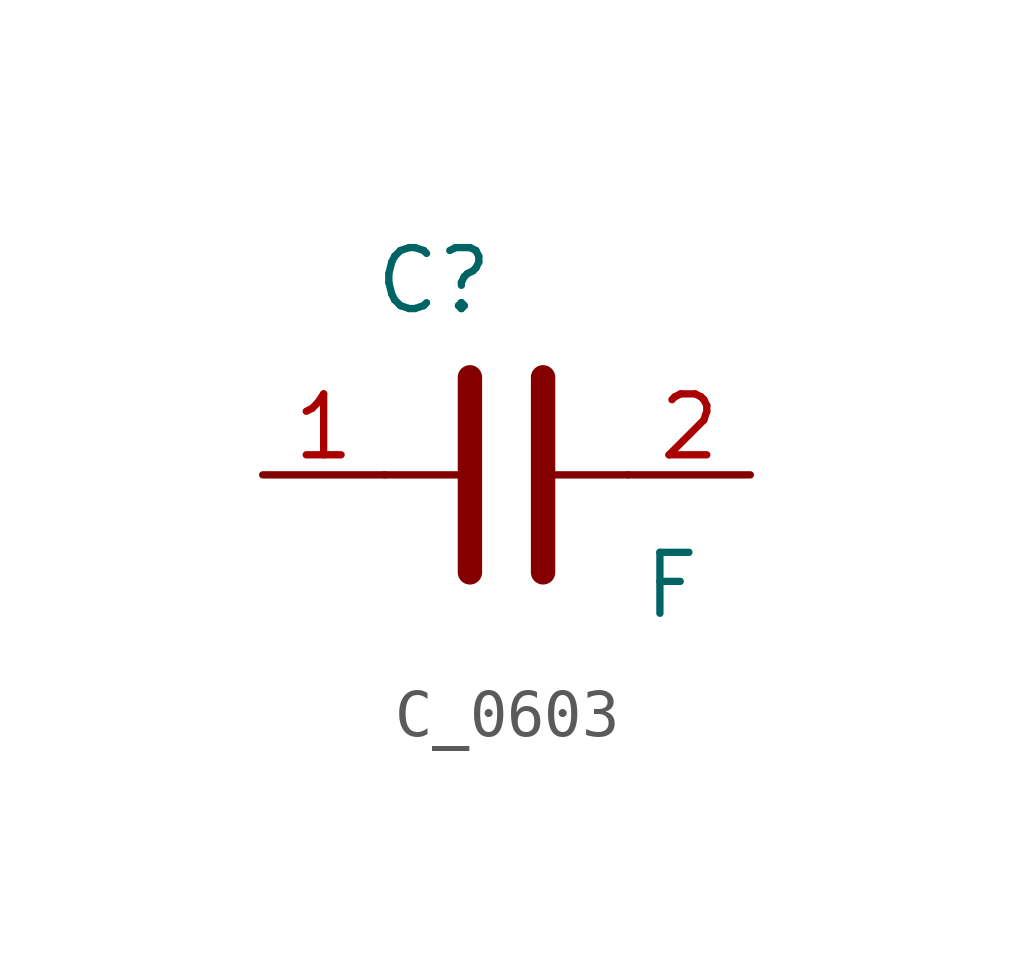
<source format=kicad_sym>
(kicad_symbol_lib
  (version 20241209)
  (generator "kicad_symbol_editor")
  (generator_version "9.0")
  (symbol "C_0603"
    (pin_names
      (offset 1.016))
    (property "Reference" "C"
      (at -2.794 3.302 0)
      (effects (font (size 1.27 1.27)) (justify left bottom)))
    (property "Value" "F"
      (at 2.794 -3.048 0)
      (effects (font (size 1.27 1.27)) (justify left bottom)))
    (symbol "C_0603_0_1"
      (polyline (pts (xy -0.762 -2.032) (xy -0.762 2.032)) (stroke (width 0.508) (type default)) (fill (type none)))
      (polyline (pts (xy -0.635 0) (xy -2.54 0)) (stroke (width 0) (type default)) (fill (type none)))
      (polyline (pts (xy 0.635 0) (xy 2.54 0)) (stroke (width 0) (type default)) (fill (type none)))
      (polyline (pts (xy 0.762 -2.032) (xy 0.762 2.032)) (stroke (width 0.508) (type default)) (fill (type none))))
    (symbol "C_0603_1_1"
      (pin passive line (at -5.08 0 0) (length 2.54) (name "" (effects (font (size 0 0)))) (number "1" (effects (font (size 1.27 1.27)))))
      (pin passive line (at 5.08 0 180) (length 2.54) (name "" (effects (font (size 1.27 1.27)))) (number "2" (effects (font (size 1.27 1.27))))))))
</source>
